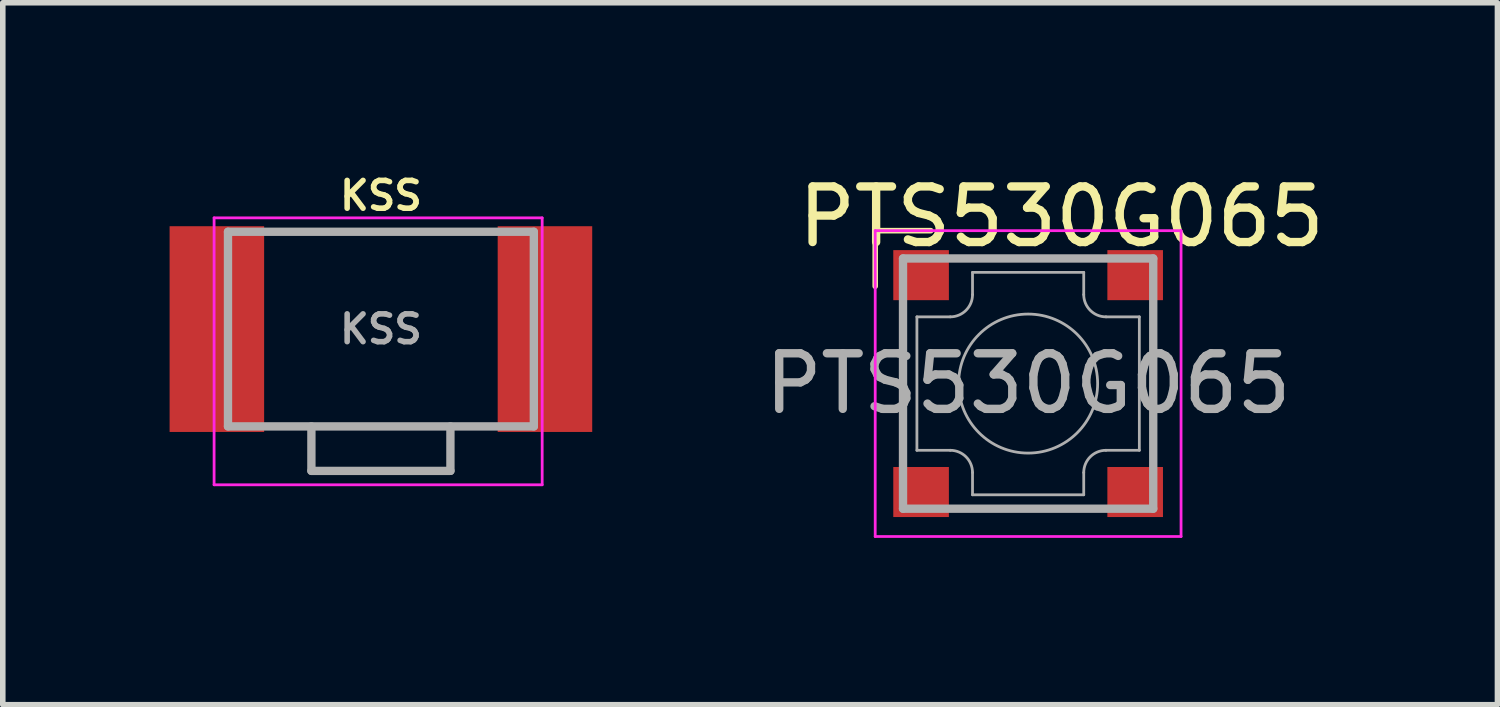
<source format=kicad_pcb>
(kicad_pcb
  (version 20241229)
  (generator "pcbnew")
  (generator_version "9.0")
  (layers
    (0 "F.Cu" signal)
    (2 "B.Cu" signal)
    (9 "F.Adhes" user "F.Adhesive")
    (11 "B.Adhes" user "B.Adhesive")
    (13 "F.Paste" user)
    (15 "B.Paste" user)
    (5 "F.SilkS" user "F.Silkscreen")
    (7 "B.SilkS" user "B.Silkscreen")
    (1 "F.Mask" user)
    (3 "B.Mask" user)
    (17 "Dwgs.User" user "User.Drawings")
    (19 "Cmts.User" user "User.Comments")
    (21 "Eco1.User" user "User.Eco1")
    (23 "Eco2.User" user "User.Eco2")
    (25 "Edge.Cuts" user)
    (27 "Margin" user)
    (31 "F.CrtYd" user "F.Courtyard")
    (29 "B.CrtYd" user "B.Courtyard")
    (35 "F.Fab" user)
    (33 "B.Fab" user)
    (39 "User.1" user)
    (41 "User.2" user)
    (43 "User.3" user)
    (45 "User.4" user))
  (footprint "KSS"
    (layer "F.Cu")
    (at 3.8 2.868)
    (property "Reference" "KSS" (at 0 -2.4 0) (layer "F.SilkS") (effects (font (size 0.5 0.5) (thickness 0.1))))
    (attr smd)
    (fp_line (start -3 -2) (end 2.9 -2) (stroke (width 0.05) (type solid)) (layer "F.CrtYd"))
    (fp_line (start -3 2.8) (end -3 -2) (stroke (width 0.05) (type solid)) (layer "F.CrtYd"))
    (fp_line (start 2.9 -2) (end 2.9 2.8) (stroke (width 0.05) (type solid)) (layer "F.CrtYd"))
    (fp_line (start 2.9 2.8) (end -3 2.8) (stroke (width 0.05) (type solid)) (layer "F.CrtYd"))
    (fp_line (start -2.75 -1.75) (end 2.75 -1.75) (stroke (width 0.15) (type solid)) (layer "F.Fab"))
    (fp_line (start -2.75 1.75) (end -2.75 -1.75) (stroke (width 0.15) (type solid)) (layer "F.Fab"))
    (fp_line (start -1.25 2.55) (end -1.25 1.75) (stroke (width 0.15) (type solid)) (layer "F.Fab"))
    (fp_line (start 1.25 1.75) (end 1.25 2.55) (stroke (width 0.15) (type solid)) (layer "F.Fab"))
    (fp_line (start 1.25 2.55) (end -1.25 2.55) (stroke (width 0.15) (type solid)) (layer "F.Fab"))
    (fp_line (start 2.75 -1.75) (end 2.75 1.75) (stroke (width 0.15) (type solid)) (layer "F.Fab"))
    (fp_line (start 2.75 1.75) (end -2.75 1.75) (stroke (width 0.15) (type solid)) (layer "F.Fab"))
    (fp_text user "${REFERENCE}" (at 0 0 0) (layer "F.Fab") (effects (font (size 0.5 0.5) (thickness 0.1))))
    (pad "1" smd rect (at -2.95 0 180) (size 1.7 3.7) (layers "F.Cu" "F.Mask" "F.Paste"))
    (pad "2" smd rect (at 2.95 0 180) (size 1.7 3.7) (layers "F.Cu" "F.Mask" "F.Paste")))
  (footprint "PTS530G065"
    (layer "F.Cu")
    (at 15.439 3.848)
    (property "Reference" "PTS530G065" (at 0.6 -3 0) (layer "F.SilkS") (effects (font (size 1 1) (thickness 0.15))))
    (attr smd)
    (fp_line (start -2.75 -2.75) (end -1.75 -2.75) (stroke (width 0.1) (type solid)) (layer "F.SilkS"))
    (fp_line (start -2.75 -1.75) (end -2.75 -2.75) (stroke (width 0.1) (type solid)) (layer "F.SilkS"))
    (fp_line (start -2.75 -2.75) (end 2.75 -2.75) (stroke (width 0.05) (type solid)) (layer "F.CrtYd"))
    (fp_line (start -2.75 2.75) (end -2.75 -2.75) (stroke (width 0.05) (type solid)) (layer "F.CrtYd"))
    (fp_line (start 2.75 -2.75) (end 2.75 2.75) (stroke (width 0.05) (type solid)) (layer "F.CrtYd"))
    (fp_line (start 2.75 2.75) (end -2.75 2.75) (stroke (width 0.05) (type solid)) (layer "F.CrtYd"))
    (fp_line (start -2.25 -2.25) (end 2.25 -2.25) (stroke (width 0.15) (type solid)) (layer "F.Fab"))
    (fp_line (start -2.25 2.25) (end -2.25 -2.25) (stroke (width 0.15) (type solid)) (layer "F.Fab"))
    (fp_line (start -2 -1.2) (end -2 1.2) (stroke (width 0.05) (type solid)) (layer "F.Fab"))
    (fp_line (start -2 1.2) (end -1.4 1.2) (stroke (width 0.05) (type solid)) (layer "F.Fab"))
    (fp_line (start -1.4 -1.2) (end -2 -1.2) (stroke (width 0.05) (type solid)) (layer "F.Fab"))
    (fp_line (start -1 -1.6) (end -1 -2) (stroke (width 0.05) (type solid)) (layer "F.Fab"))
    (fp_line (start -1 2) (end -1 1.6) (stroke (width 0.05) (type solid)) (layer "F.Fab"))
    (fp_line (start 1 -2) (end -1 -2) (stroke (width 0.05) (type solid)) (layer "F.Fab"))
    (fp_line (start 1 -2) (end 1 -1.6) (stroke (width 0.05) (type solid)) (layer "F.Fab"))
    (fp_line (start 1 1.6) (end 1 2) (stroke (width 0.05) (type solid)) (layer "F.Fab"))
    (fp_line (start 1 2) (end -1 2) (stroke (width 0.05) (type solid)) (layer "F.Fab"))
    (fp_line (start 1.4 -1.2) (end 2 -1.2) (stroke (width 0.05) (type solid)) (layer "F.Fab"))
    (fp_line (start 1.4 1.2) (end 2 1.2) (stroke (width 0.05) (type solid)) (layer "F.Fab"))
    (fp_line (start 2 1.2) (end 2 -1.2) (stroke (width 0.05) (type solid)) (layer "F.Fab"))
    (fp_line (start 2.25 -2.25) (end 2.25 2.25) (stroke (width 0.15) (type solid)) (layer "F.Fab"))
    (fp_line (start 2.25 2.25) (end -2.25 2.25) (stroke (width 0.15) (type solid)) (layer "F.Fab"))
    (fp_arc (start -1.4 1.2) (mid -1.117157 1.317157) (end -1 1.6) (stroke (width 0.05) (type solid)) (layer "F.Fab"))
    (fp_arc (start -1 -1.6) (mid -1.117157 -1.317157) (end -1.4 -1.2) (stroke (width 0.05) (type solid)) (layer "F.Fab"))
    (fp_arc (start 1 1.6) (mid 1.117157 1.317157) (end 1.4 1.2) (stroke (width 0.05) (type solid)) (layer "F.Fab"))
    (fp_arc (start 1.4 -1.2) (mid 1.117157 -1.317157) (end 1 -1.6) (stroke (width 0.05) (type solid)) (layer "F.Fab"))
    (fp_circle (center 0 0) (end 1.25 0) (stroke (width 0.05) (type solid)) (fill no) (layer "F.Fab"))
    (fp_text user "${REFERENCE}" (at 0 0 0) (layer "F.Fab") (effects (font (size 1 1) (thickness 0.15))))
    (pad "1" smd rect (at -1.925 -1.95 180) (size 1 0.9) (layers "F.Cu" "F.Mask" "F.Paste"))
    (pad "2" smd rect (at 1.925 -1.95 180) (size 1 0.9) (layers "F.Cu" "F.Mask" "F.Paste"))
    (pad "3" smd rect (at -1.925 1.95 180) (size 1 0.9) (layers "F.Cu" "F.Mask" "F.Paste"))
    (pad "4" smd rect (at 1.925 1.95 180) (size 1 0.9) (layers "F.Cu" "F.Mask" "F.Paste")))
  (gr_rect
    (start -3 -3)
    (end 23.879 9.623)
    (stroke (width 0.1) (type default))
    (fill no)
    (layer "Edge.Cuts")))
</source>
